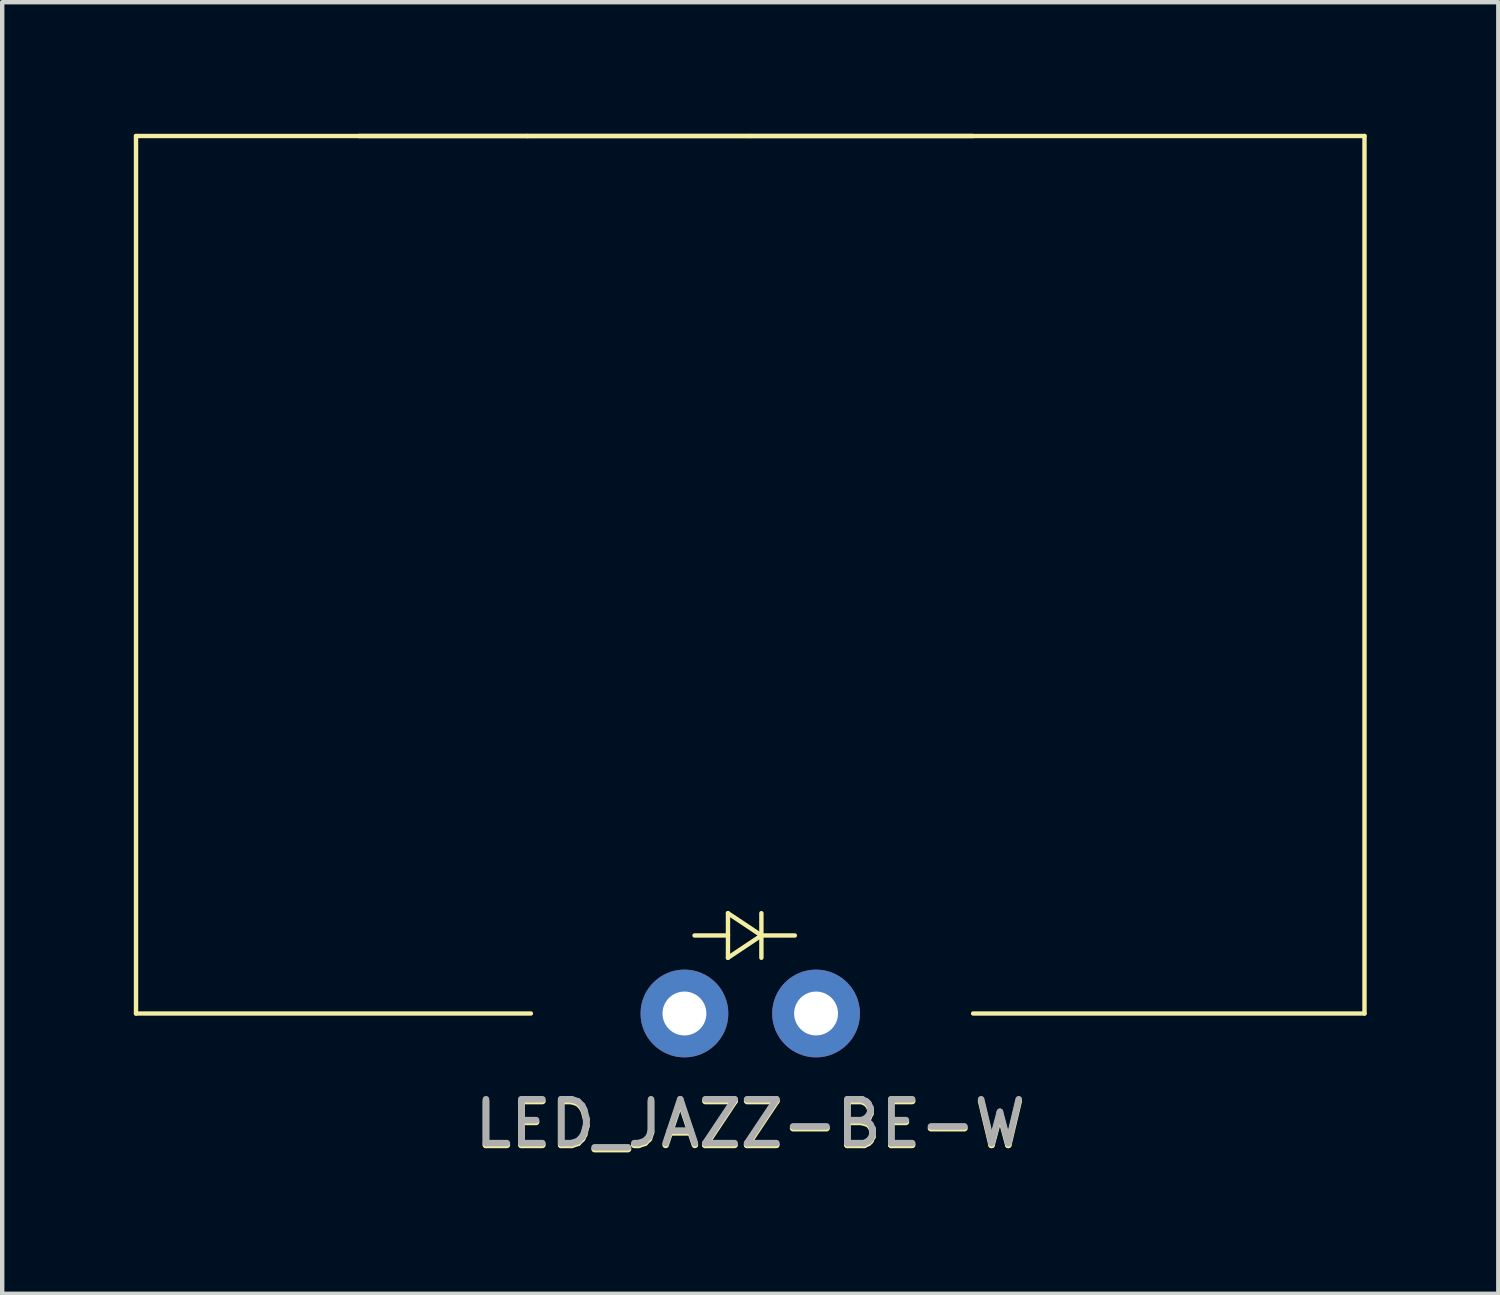
<source format=kicad_pcb>
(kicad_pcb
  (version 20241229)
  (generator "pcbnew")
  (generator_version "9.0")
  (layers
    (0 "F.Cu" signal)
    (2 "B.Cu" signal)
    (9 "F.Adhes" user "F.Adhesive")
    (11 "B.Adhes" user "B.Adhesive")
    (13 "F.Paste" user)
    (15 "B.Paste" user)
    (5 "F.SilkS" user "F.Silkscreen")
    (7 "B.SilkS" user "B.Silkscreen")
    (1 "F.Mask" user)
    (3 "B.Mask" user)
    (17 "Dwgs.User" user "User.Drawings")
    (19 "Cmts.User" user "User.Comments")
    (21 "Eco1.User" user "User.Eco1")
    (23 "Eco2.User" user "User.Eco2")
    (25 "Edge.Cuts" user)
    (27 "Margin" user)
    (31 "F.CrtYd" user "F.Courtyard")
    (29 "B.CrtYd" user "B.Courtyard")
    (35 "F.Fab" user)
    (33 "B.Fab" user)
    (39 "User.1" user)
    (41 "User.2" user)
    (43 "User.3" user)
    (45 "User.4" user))
  (footprint "LED_JAZZ-BE-W"
    (layer "F.Cu")
    (at 14.05 20.05)
    (property "Reference" "LED_JAZZ-BE-W" (at 0 2.54 0) (unlocked yes) (layer "F.SilkS") (effects (font (size 1 1) (thickness 0.15))))
    (attr through_hole)
    (fp_line (start -14 -20) (end -5.08 -20) (stroke (width 0.1) (type default)) (layer "F.SilkS"))
    (fp_line (start -14 0) (end -14 -20) (stroke (width 0.1) (type default)) (layer "F.SilkS"))
    (fp_line (start -5.08 -20) (end 0 -20) (stroke (width 0.1) (type default)) (layer "F.SilkS"))
    (fp_line (start -5 0) (end -14 0) (stroke (width 0.1) (type default)) (layer "F.SilkS"))
    (fp_line (start -1.27 -1.778) (end -0.508 -1.778) (stroke (width 0.1) (type default)) (layer "F.SilkS"))
    (fp_line (start -0.508 -2.286) (end -0.508 -1.27) (stroke (width 0.1) (type default)) (layer "F.SilkS"))
    (fp_line (start -0.508 -1.27) (end 0.254 -1.778) (stroke (width 0.1) (type default)) (layer "F.SilkS"))
    (fp_line (start 0.254 -2.286) (end 0.254 -1.27) (stroke (width 0.1) (type default)) (layer "F.SilkS"))
    (fp_line (start 0.254 -1.778) (end -0.508 -2.286) (stroke (width 0.1) (type default)) (layer "F.SilkS"))
    (fp_line (start 0.254 -1.778) (end 1.016 -1.778) (stroke (width 0.1) (type default)) (layer "F.SilkS"))
    (fp_line (start 5.08 -20) (end 0 -20) (stroke (width 0.1) (type default)) (layer "F.SilkS"))
    (fp_line (start 5.08 0) (end 14 0) (stroke (width 0.1) (type default)) (layer "F.SilkS"))
    (fp_line (start 14 -20) (end -8.92 -20) (stroke (width 0.1) (type default)) (layer "F.SilkS"))
    (fp_line (start 14 0) (end 14 -20) (stroke (width 0.1) (type default)) (layer "F.SilkS"))
    (fp_text user "${REFERENCE}" (at 0 2.5 0) (unlocked yes) (layer "F.Fab") (effects (font (size 1 1) (thickness 0.15))))
    (pad "1" thru_hole circle (at -1.5 0) (size 2 2) (drill 1) (layers "*.Cu" "*.Mask"))
    (pad "2" thru_hole circle (at 1.5 0) (size 2 2) (drill 1) (layers "*.Cu" "*.Mask")))
  (gr_rect
    (start -3 -3)
    (end 31.1 26.438)
    (stroke (width 0.1) (type default))
    (fill no)
    (layer "Edge.Cuts")))
</source>
